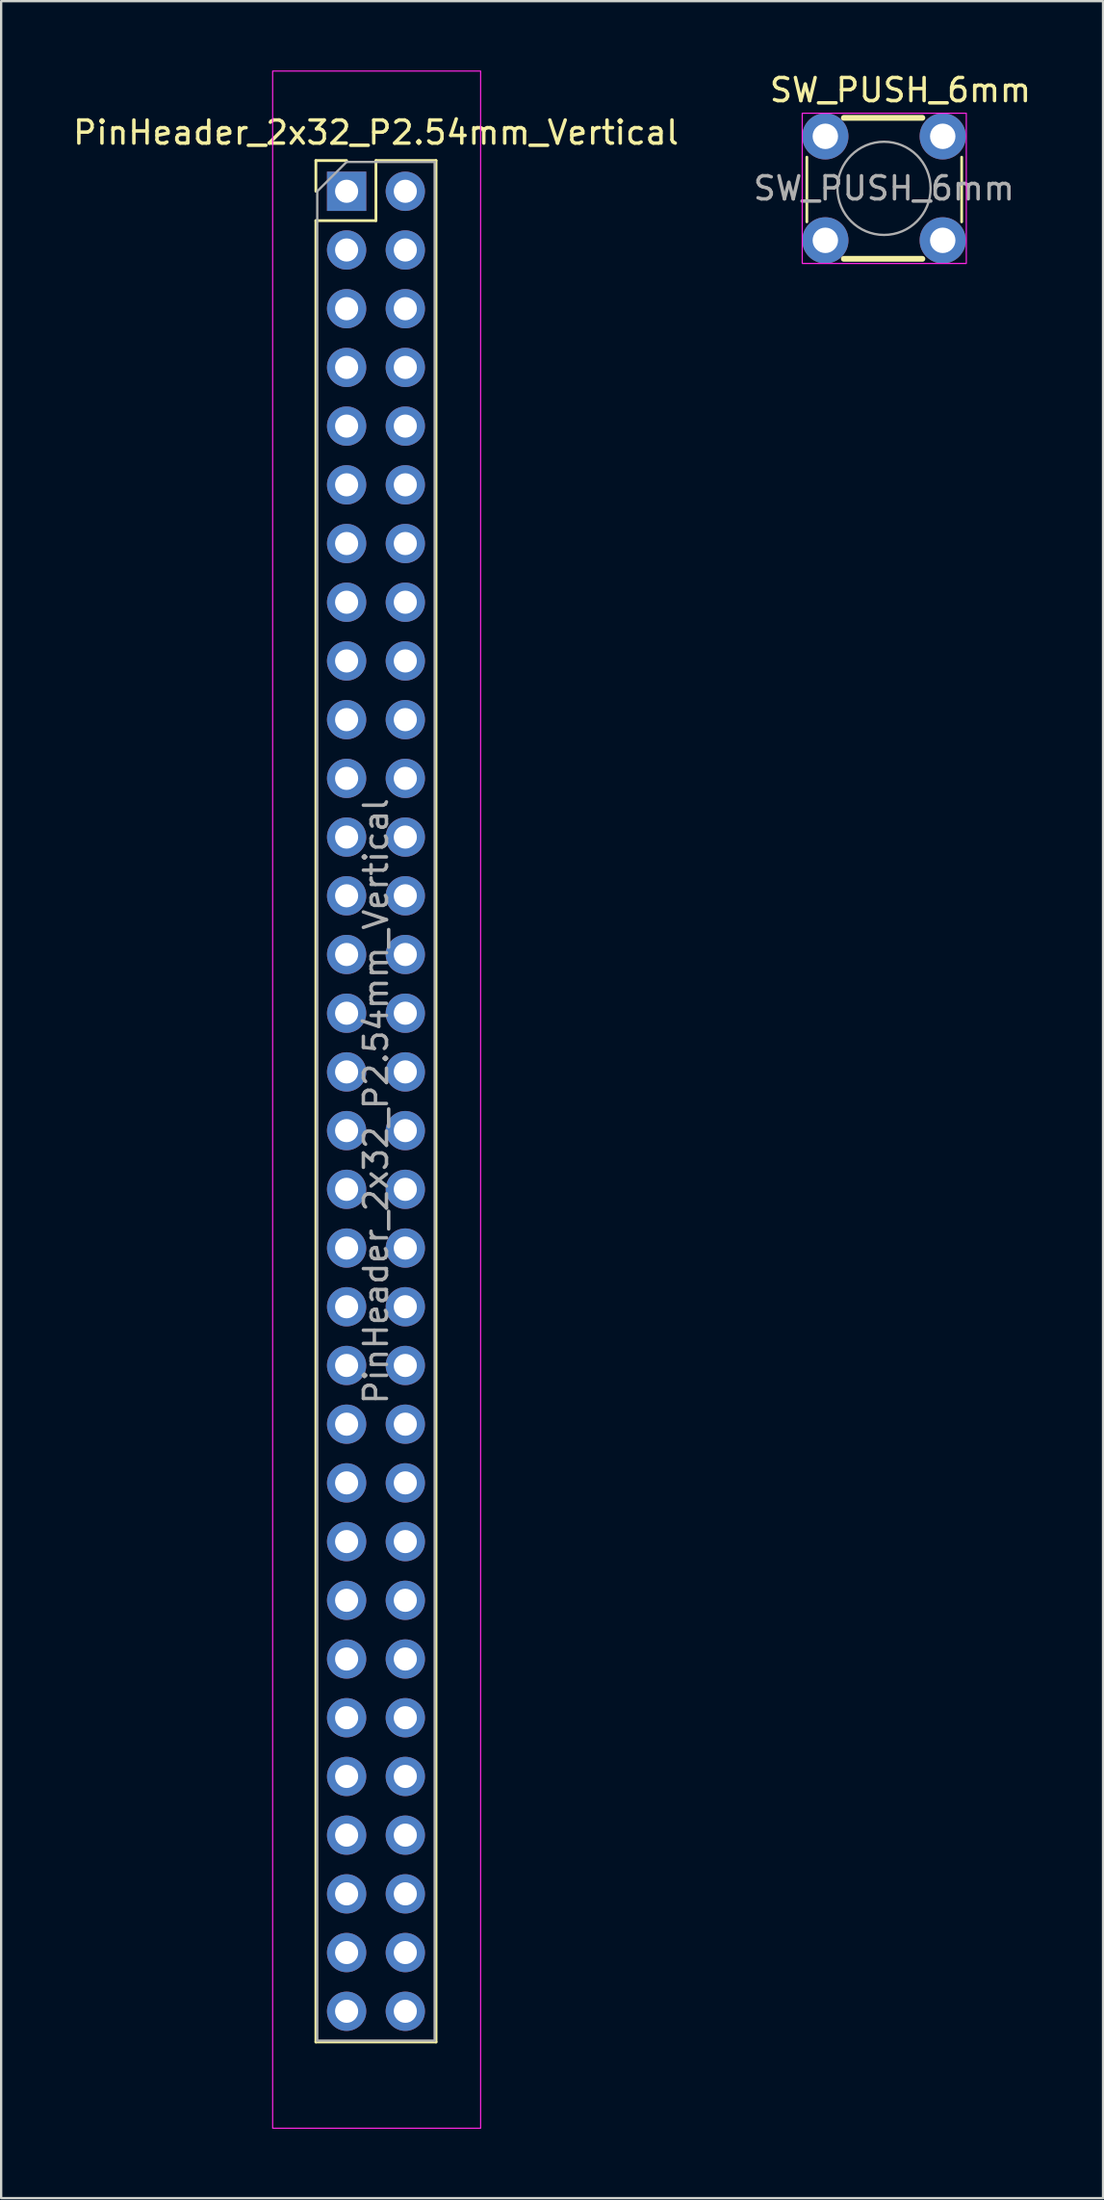
<source format=kicad_pcb>
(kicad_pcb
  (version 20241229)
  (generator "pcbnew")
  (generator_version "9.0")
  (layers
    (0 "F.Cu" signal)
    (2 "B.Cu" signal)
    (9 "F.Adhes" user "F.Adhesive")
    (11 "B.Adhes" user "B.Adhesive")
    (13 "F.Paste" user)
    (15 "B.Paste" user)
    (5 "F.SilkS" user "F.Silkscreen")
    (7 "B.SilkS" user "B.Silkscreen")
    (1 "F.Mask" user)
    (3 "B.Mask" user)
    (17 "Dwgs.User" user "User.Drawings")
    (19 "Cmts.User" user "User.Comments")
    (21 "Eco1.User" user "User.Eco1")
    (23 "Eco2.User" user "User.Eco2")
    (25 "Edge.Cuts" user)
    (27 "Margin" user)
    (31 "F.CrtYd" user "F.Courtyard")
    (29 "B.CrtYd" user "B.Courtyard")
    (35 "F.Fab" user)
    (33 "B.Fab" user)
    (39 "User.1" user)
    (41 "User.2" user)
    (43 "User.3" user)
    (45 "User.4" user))
  (footprint "SW_PUSH_6mm"
    (layer "F.Cu")
    (at 32.668 2.848)
    (property "Reference" "SW_PUSH_6mm" (at 3.25 -2 0) (layer "F.SilkS") (effects (font (size 1 1) (thickness 0.15))))
    (attr through_hole)
    (fp_line (start -0.8 0.9) (end -0.8 3.7) (stroke (width 0.12) (type solid)) (layer "F.SilkS"))
    (fp_line (start 0.8 -0.8) (end 4.2 -0.8) (stroke (width 0.25) (type solid)) (layer "F.SilkS"))
    (fp_line (start 4.2 5.3) (end 0.8 5.3) (stroke (width 0.25) (type solid)) (layer "F.SilkS"))
    (fp_line (start 5.9 0.9) (end 5.9 3.7) (stroke (width 0.12) (type solid)) (layer "F.SilkS"))
    (fp_rect (start -1 -1) (end 6.1 5.5) (stroke (width 0.05) (type solid)) (fill no) (layer "F.CrtYd"))
    (fp_circle (center 2.54 2.25) (end 0.54 2.5) (stroke (width 0.1) (type solid)) (fill no) (layer "F.Fab"))
    (fp_text user "${REFERENCE}" (at 2.54 2.25 0) (layer "F.Fab") (effects (font (size 1 1) (thickness 0.15))))
    (pad "1" thru_hole circle (at 0 0 90) (size 2 2) (drill 1.1) (layers "*.Cu" "*.Mask"))
    (pad "1" thru_hole circle (at 5.08 0 90) (size 2 2) (drill 1.1) (layers "*.Cu" "*.Mask"))
    (pad "2" thru_hole circle (at 0 4.5 90) (size 2 2) (drill 1.1) (layers "*.Cu" "*.Mask"))
    (pad "2" thru_hole circle (at 5.08 4.5 90) (size 2 2) (drill 1.1) (layers "*.Cu" "*.Mask")))
  (footprint "PinHeader_2x32_P2.54mm_Vertical"
    (layer "F.Cu")
    (at 11.95 5.225)
    (property "Reference" "PinHeader_2x32_P2.54mm_Vertical" (at 1.27 -2.54 0) (layer "F.SilkS") (effects (font (size 1 1) (thickness 0.15))))
    (attr through_hole)
    (fp_line (start -1.33 -1.33) (end 0 -1.33) (stroke (width 0.12) (type solid)) (layer "F.SilkS"))
    (fp_line (start -1.33 0) (end -1.33 -1.33) (stroke (width 0.12) (type solid)) (layer "F.SilkS"))
    (fp_line (start -1.33 1.27) (end -1.33 80.07) (stroke (width 0.12) (type solid)) (layer "F.SilkS"))
    (fp_line (start -1.33 1.27) (end 1.27 1.27) (stroke (width 0.12) (type solid)) (layer "F.SilkS"))
    (fp_line (start -1.33 80.07) (end 3.87 80.07) (stroke (width 0.12) (type solid)) (layer "F.SilkS"))
    (fp_line (start 1.27 -1.33) (end 3.87 -1.33) (stroke (width 0.12) (type solid)) (layer "F.SilkS"))
    (fp_line (start 1.27 1.27) (end 1.27 -1.33) (stroke (width 0.12) (type solid)) (layer "F.SilkS"))
    (fp_line (start 3.87 -1.33) (end 3.87 80.07) (stroke (width 0.12) (type solid)) (layer "F.SilkS"))
    (fp_rect (start -3.2 -5.2) (end 5.8 83.8) (stroke (width 0.05) (type solid)) (fill no) (layer "F.CrtYd"))
    (fp_line (start -1.27 0) (end 0 -1.27) (stroke (width 0.1) (type solid)) (layer "F.Fab"))
    (fp_line (start -1.27 80.01) (end -1.27 0) (stroke (width 0.1) (type solid)) (layer "F.Fab"))
    (fp_line (start 0 -1.27) (end 3.81 -1.27) (stroke (width 0.1) (type solid)) (layer "F.Fab"))
    (fp_line (start 3.81 -1.27) (end 3.81 80.01) (stroke (width 0.1) (type solid)) (layer "F.Fab"))
    (fp_line (start 3.81 80.01) (end -1.27 80.01) (stroke (width 0.1) (type solid)) (layer "F.Fab"))
    (fp_text user "${REFERENCE}" (at 1.27 39.37 90) (layer "F.Fab") (effects (font (size 1 1) (thickness 0.15))))
    (pad "1" thru_hole rect (at 0 0) (size 1.7 1.7) (drill 1) (layers "*.Cu" "*.Mask"))
    (pad "2" thru_hole oval (at 2.54 0) (size 1.7 1.7) (drill 1) (layers "*.Cu" "*.Mask"))
    (pad "3" thru_hole oval (at 0 2.54) (size 1.7 1.7) (drill 1) (layers "*.Cu" "*.Mask"))
    (pad "4" thru_hole oval (at 2.54 2.54) (size 1.7 1.7) (drill 1) (layers "*.Cu" "*.Mask"))
    (pad "5" thru_hole oval (at 0 5.08) (size 1.7 1.7) (drill 1) (layers "*.Cu" "*.Mask"))
    (pad "6" thru_hole oval (at 2.54 5.08) (size 1.7 1.7) (drill 1) (layers "*.Cu" "*.Mask"))
    (pad "7" thru_hole oval (at 0 7.62) (size 1.7 1.7) (drill 1) (layers "*.Cu" "*.Mask"))
    (pad "8" thru_hole oval (at 2.54 7.62) (size 1.7 1.7) (drill 1) (layers "*.Cu" "*.Mask"))
    (pad "9" thru_hole oval (at 0 10.16) (size 1.7 1.7) (drill 1) (layers "*.Cu" "*.Mask"))
    (pad "10" thru_hole oval (at 2.54 10.16) (size 1.7 1.7) (drill 1) (layers "*.Cu" "*.Mask"))
    (pad "11" thru_hole oval (at 0 12.7) (size 1.7 1.7) (drill 1) (layers "*.Cu" "*.Mask"))
    (pad "12" thru_hole oval (at 2.54 12.7) (size 1.7 1.7) (drill 1) (layers "*.Cu" "*.Mask"))
    (pad "13" thru_hole oval (at 0 15.24) (size 1.7 1.7) (drill 1) (layers "*.Cu" "*.Mask"))
    (pad "14" thru_hole oval (at 2.54 15.24) (size 1.7 1.7) (drill 1) (layers "*.Cu" "*.Mask"))
    (pad "15" thru_hole oval (at 0 17.78) (size 1.7 1.7) (drill 1) (layers "*.Cu" "*.Mask"))
    (pad "16" thru_hole oval (at 2.54 17.78) (size 1.7 1.7) (drill 1) (layers "*.Cu" "*.Mask"))
    (pad "17" thru_hole oval (at 0 20.32) (size 1.7 1.7) (drill 1) (layers "*.Cu" "*.Mask"))
    (pad "18" thru_hole oval (at 2.54 20.32) (size 1.7 1.7) (drill 1) (layers "*.Cu" "*.Mask"))
    (pad "19" thru_hole oval (at 0 22.86) (size 1.7 1.7) (drill 1) (layers "*.Cu" "*.Mask"))
    (pad "20" thru_hole oval (at 2.54 22.86) (size 1.7 1.7) (drill 1) (layers "*.Cu" "*.Mask"))
    (pad "21" thru_hole oval (at 0 25.4) (size 1.7 1.7) (drill 1) (layers "*.Cu" "*.Mask"))
    (pad "22" thru_hole oval (at 2.54 25.4) (size 1.7 1.7) (drill 1) (layers "*.Cu" "*.Mask"))
    (pad "23" thru_hole oval (at 0 27.94) (size 1.7 1.7) (drill 1) (layers "*.Cu" "*.Mask"))
    (pad "24" thru_hole oval (at 2.54 27.94) (size 1.7 1.7) (drill 1) (layers "*.Cu" "*.Mask"))
    (pad "25" thru_hole oval (at 0 30.48) (size 1.7 1.7) (drill 1) (layers "*.Cu" "*.Mask"))
    (pad "26" thru_hole oval (at 2.54 30.48) (size 1.7 1.7) (drill 1) (layers "*.Cu" "*.Mask"))
    (pad "27" thru_hole oval (at 0 33.02) (size 1.7 1.7) (drill 1) (layers "*.Cu" "*.Mask"))
    (pad "28" thru_hole oval (at 2.54 33.02) (size 1.7 1.7) (drill 1) (layers "*.Cu" "*.Mask"))
    (pad "29" thru_hole oval (at 0 35.56) (size 1.7 1.7) (drill 1) (layers "*.Cu" "*.Mask"))
    (pad "30" thru_hole oval (at 2.54 35.56) (size 1.7 1.7) (drill 1) (layers "*.Cu" "*.Mask"))
    (pad "31" thru_hole oval (at 0 38.1) (size 1.7 1.7) (drill 1) (layers "*.Cu" "*.Mask"))
    (pad "32" thru_hole oval (at 2.54 38.1) (size 1.7 1.7) (drill 1) (layers "*.Cu" "*.Mask"))
    (pad "33" thru_hole oval (at 0 40.64) (size 1.7 1.7) (drill 1) (layers "*.Cu" "*.Mask"))
    (pad "34" thru_hole oval (at 2.54 40.64) (size 1.7 1.7) (drill 1) (layers "*.Cu" "*.Mask"))
    (pad "35" thru_hole oval (at 0 43.18) (size 1.7 1.7) (drill 1) (layers "*.Cu" "*.Mask"))
    (pad "36" thru_hole oval (at 2.54 43.18) (size 1.7 1.7) (drill 1) (layers "*.Cu" "*.Mask"))
    (pad "37" thru_hole oval (at 0 45.72) (size 1.7 1.7) (drill 1) (layers "*.Cu" "*.Mask"))
    (pad "38" thru_hole oval (at 2.54 45.72) (size 1.7 1.7) (drill 1) (layers "*.Cu" "*.Mask"))
    (pad "39" thru_hole oval (at 0 48.26) (size 1.7 1.7) (drill 1) (layers "*.Cu" "*.Mask"))
    (pad "40" thru_hole oval (at 2.54 48.26) (size 1.7 1.7) (drill 1) (layers "*.Cu" "*.Mask"))
    (pad "41" thru_hole oval (at 0 50.8) (size 1.7 1.7) (drill 1) (layers "*.Cu" "*.Mask"))
    (pad "42" thru_hole oval (at 2.54 50.8) (size 1.7 1.7) (drill 1) (layers "*.Cu" "*.Mask"))
    (pad "43" thru_hole oval (at 0 53.34) (size 1.7 1.7) (drill 1) (layers "*.Cu" "*.Mask"))
    (pad "44" thru_hole oval (at 2.54 53.34) (size 1.7 1.7) (drill 1) (layers "*.Cu" "*.Mask"))
    (pad "45" thru_hole oval (at 0 55.88) (size 1.7 1.7) (drill 1) (layers "*.Cu" "*.Mask"))
    (pad "46" thru_hole oval (at 2.54 55.88) (size 1.7 1.7) (drill 1) (layers "*.Cu" "*.Mask"))
    (pad "47" thru_hole oval (at 0 58.42) (size 1.7 1.7) (drill 1) (layers "*.Cu" "*.Mask"))
    (pad "48" thru_hole oval (at 2.54 58.42) (size 1.7 1.7) (drill 1) (layers "*.Cu" "*.Mask"))
    (pad "49" thru_hole oval (at 0 60.96) (size 1.7 1.7) (drill 1) (layers "*.Cu" "*.Mask"))
    (pad "50" thru_hole oval (at 2.54 60.96) (size 1.7 1.7) (drill 1) (layers "*.Cu" "*.Mask"))
    (pad "51" thru_hole oval (at 0 63.5) (size 1.7 1.7) (drill 1) (layers "*.Cu" "*.Mask"))
    (pad "52" thru_hole oval (at 2.54 63.5) (size 1.7 1.7) (drill 1) (layers "*.Cu" "*.Mask"))
    (pad "53" thru_hole oval (at 0 66.04) (size 1.7 1.7) (drill 1) (layers "*.Cu" "*.Mask"))
    (pad "54" thru_hole oval (at 2.54 66.04) (size 1.7 1.7) (drill 1) (layers "*.Cu" "*.Mask"))
    (pad "55" thru_hole oval (at 0 68.58) (size 1.7 1.7) (drill 1) (layers "*.Cu" "*.Mask"))
    (pad "56" thru_hole oval (at 2.54 68.58) (size 1.7 1.7) (drill 1) (layers "*.Cu" "*.Mask"))
    (pad "57" thru_hole oval (at 0 71.12) (size 1.7 1.7) (drill 1) (layers "*.Cu" "*.Mask"))
    (pad "58" thru_hole oval (at 2.54 71.12) (size 1.7 1.7) (drill 1) (layers "*.Cu" "*.Mask"))
    (pad "59" thru_hole oval (at 0 73.66) (size 1.7 1.7) (drill 1) (layers "*.Cu" "*.Mask"))
    (pad "60" thru_hole oval (at 2.54 73.66) (size 1.7 1.7) (drill 1) (layers "*.Cu" "*.Mask"))
    (pad "61" thru_hole oval (at 0 76.2) (size 1.7 1.7) (drill 1) (layers "*.Cu" "*.Mask"))
    (pad "62" thru_hole oval (at 2.54 76.2) (size 1.7 1.7) (drill 1) (layers "*.Cu" "*.Mask"))
    (pad "63" thru_hole oval (at 0 78.74) (size 1.7 1.7) (drill 1) (layers "*.Cu" "*.Mask"))
    (pad "64" thru_hole oval (at 2.54 78.74) (size 1.7 1.7) (drill 1) (layers "*.Cu" "*.Mask")))
  (gr_rect
    (start -3 -3)
    (end 44.686 92.05)
    (stroke (width 0.1) (type default))
    (fill no)
    (layer "Edge.Cuts")))
</source>
